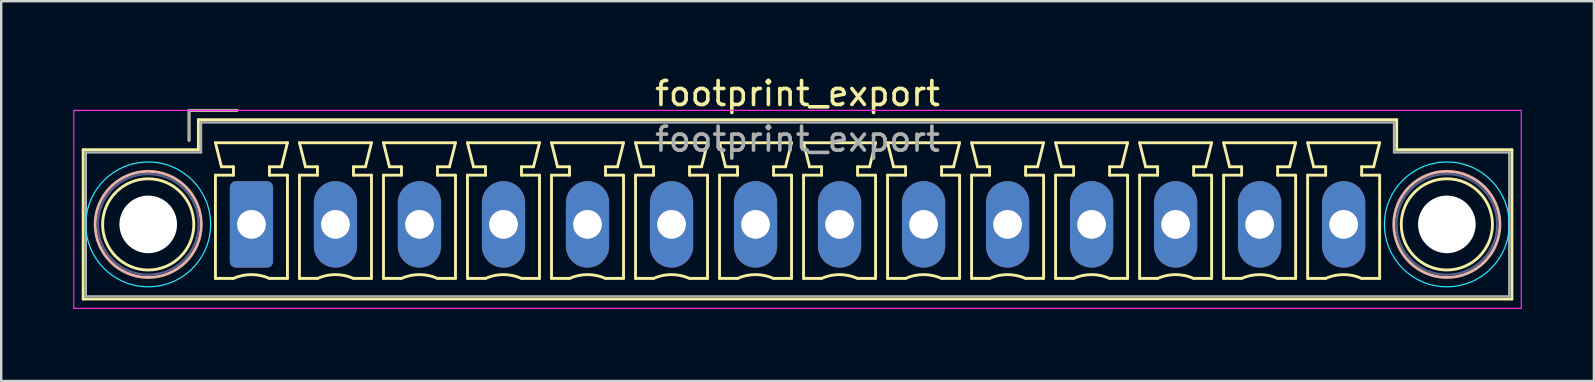
<source format=kicad_pcb>
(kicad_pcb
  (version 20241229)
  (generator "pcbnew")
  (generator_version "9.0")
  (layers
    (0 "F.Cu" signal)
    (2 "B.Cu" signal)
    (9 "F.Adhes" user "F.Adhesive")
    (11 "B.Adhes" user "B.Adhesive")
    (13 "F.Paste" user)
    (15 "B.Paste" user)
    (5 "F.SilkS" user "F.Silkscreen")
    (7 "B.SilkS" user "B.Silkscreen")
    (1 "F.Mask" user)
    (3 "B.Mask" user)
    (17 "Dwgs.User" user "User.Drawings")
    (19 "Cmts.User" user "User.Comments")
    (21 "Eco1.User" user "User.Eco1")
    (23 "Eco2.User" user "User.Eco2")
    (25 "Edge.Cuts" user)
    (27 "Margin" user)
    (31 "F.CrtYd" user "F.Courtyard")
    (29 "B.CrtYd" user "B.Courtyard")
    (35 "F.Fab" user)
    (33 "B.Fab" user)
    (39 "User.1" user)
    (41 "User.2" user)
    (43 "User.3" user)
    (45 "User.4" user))
  (footprint "footprint_export"
    (layer "F.Cu")
    (at 7.425 6.298)
    (property "Reference" "footprint_export" (at 22.75 -5.45 0) (layer "F.SilkS") (effects (font (size 1 1) (thickness 0.15))))
    (attr through_hole)
    (fp_line (start -7.01 -3.11) (end -7.01 3.11) (stroke (width 0.12) (type solid)) (layer "F.SilkS"))
    (fp_line (start -7.01 3.11) (end 52.51 3.11) (stroke (width 0.12) (type solid)) (layer "F.SilkS"))
    (fp_line (start -2.6 -4.75) (end -0.6 -4.75) (stroke (width 0.12) (type solid)) (layer "F.SilkS"))
    (fp_line (start -2.6 -3.5) (end -2.6 -4.75) (stroke (width 0.12) (type solid)) (layer "F.SilkS"))
    (fp_line (start -2.21 -4.36) (end -2.21 -3.11) (stroke (width 0.12) (type solid)) (layer "F.SilkS"))
    (fp_line (start -2.21 -3.11) (end -7.01 -3.11) (stroke (width 0.12) (type solid)) (layer "F.SilkS"))
    (fp_line (start -1.5 -3.4) (end 1.5 -3.4) (stroke (width 0.12) (type solid)) (layer "F.SilkS"))
    (fp_line (start -1.5 -2.05) (end -0.75 -2.05) (stroke (width 0.12) (type solid)) (layer "F.SilkS"))
    (fp_line (start -1.5 2.25) (end -1.5 -2.05) (stroke (width 0.12) (type solid)) (layer "F.SilkS"))
    (fp_line (start -1.25 -2.4) (end -1.5 -3.4) (stroke (width 0.12) (type solid)) (layer "F.SilkS"))
    (fp_line (start -0.75 -2.4) (end -1.25 -2.4) (stroke (width 0.12) (type solid)) (layer "F.SilkS"))
    (fp_line (start -0.75 -2.05) (end -0.75 -2.4) (stroke (width 0.12) (type solid)) (layer "F.SilkS"))
    (fp_line (start -0.75 2.25) (end -1.5 2.25) (stroke (width 0.12) (type solid)) (layer "F.SilkS"))
    (fp_line (start 0.75 -2.4) (end 0.75 -2.05) (stroke (width 0.12) (type solid)) (layer "F.SilkS"))
    (fp_line (start 0.75 -2.05) (end 1.5 -2.05) (stroke (width 0.12) (type solid)) (layer "F.SilkS"))
    (fp_line (start 1.25 -2.4) (end 0.75 -2.4) (stroke (width 0.12) (type solid)) (layer "F.SilkS"))
    (fp_line (start 1.5 -3.4) (end 1.25 -2.4) (stroke (width 0.12) (type solid)) (layer "F.SilkS"))
    (fp_line (start 1.5 -2.05) (end 1.5 2.25) (stroke (width 0.12) (type solid)) (layer "F.SilkS"))
    (fp_line (start 1.5 2.25) (end 0.75 2.25) (stroke (width 0.12) (type solid)) (layer "F.SilkS"))
    (fp_line (start 2 -3.4) (end 5 -3.4) (stroke (width 0.12) (type solid)) (layer "F.SilkS"))
    (fp_line (start 2 -2.05) (end 2.75 -2.05) (stroke (width 0.12) (type solid)) (layer "F.SilkS"))
    (fp_line (start 2 2.25) (end 2 -2.05) (stroke (width 0.12) (type solid)) (layer "F.SilkS"))
    (fp_line (start 2.25 -2.4) (end 2 -3.4) (stroke (width 0.12) (type solid)) (layer "F.SilkS"))
    (fp_line (start 2.75 -2.4) (end 2.25 -2.4) (stroke (width 0.12) (type solid)) (layer "F.SilkS"))
    (fp_line (start 2.75 -2.05) (end 2.75 -2.4) (stroke (width 0.12) (type solid)) (layer "F.SilkS"))
    (fp_line (start 2.75 2.25) (end 2 2.25) (stroke (width 0.12) (type solid)) (layer "F.SilkS"))
    (fp_line (start 4.25 -2.4) (end 4.25 -2.05) (stroke (width 0.12) (type solid)) (layer "F.SilkS"))
    (fp_line (start 4.25 -2.05) (end 5 -2.05) (stroke (width 0.12) (type solid)) (layer "F.SilkS"))
    (fp_line (start 4.75 -2.4) (end 4.25 -2.4) (stroke (width 0.12) (type solid)) (layer "F.SilkS"))
    (fp_line (start 5 -3.4) (end 4.75 -2.4) (stroke (width 0.12) (type solid)) (layer "F.SilkS"))
    (fp_line (start 5 -2.05) (end 5 2.25) (stroke (width 0.12) (type solid)) (layer "F.SilkS"))
    (fp_line (start 5 2.25) (end 4.25 2.25) (stroke (width 0.12) (type solid)) (layer "F.SilkS"))
    (fp_line (start 5.5 -3.4) (end 8.5 -3.4) (stroke (width 0.12) (type solid)) (layer "F.SilkS"))
    (fp_line (start 5.5 -2.05) (end 6.25 -2.05) (stroke (width 0.12) (type solid)) (layer "F.SilkS"))
    (fp_line (start 5.5 2.25) (end 5.5 -2.05) (stroke (width 0.12) (type solid)) (layer "F.SilkS"))
    (fp_line (start 5.75 -2.4) (end 5.5 -3.4) (stroke (width 0.12) (type solid)) (layer "F.SilkS"))
    (fp_line (start 6.25 -2.4) (end 5.75 -2.4) (stroke (width 0.12) (type solid)) (layer "F.SilkS"))
    (fp_line (start 6.25 -2.05) (end 6.25 -2.4) (stroke (width 0.12) (type solid)) (layer "F.SilkS"))
    (fp_line (start 6.25 2.25) (end 5.5 2.25) (stroke (width 0.12) (type solid)) (layer "F.SilkS"))
    (fp_line (start 7.75 -2.4) (end 7.75 -2.05) (stroke (width 0.12) (type solid)) (layer "F.SilkS"))
    (fp_line (start 7.75 -2.05) (end 8.5 -2.05) (stroke (width 0.12) (type solid)) (layer "F.SilkS"))
    (fp_line (start 8.25 -2.4) (end 7.75 -2.4) (stroke (width 0.12) (type solid)) (layer "F.SilkS"))
    (fp_line (start 8.5 -3.4) (end 8.25 -2.4) (stroke (width 0.12) (type solid)) (layer "F.SilkS"))
    (fp_line (start 8.5 -2.05) (end 8.5 2.25) (stroke (width 0.12) (type solid)) (layer "F.SilkS"))
    (fp_line (start 8.5 2.25) (end 7.75 2.25) (stroke (width 0.12) (type solid)) (layer "F.SilkS"))
    (fp_line (start 9 -3.4) (end 12 -3.4) (stroke (width 0.12) (type solid)) (layer "F.SilkS"))
    (fp_line (start 9 -2.05) (end 9.75 -2.05) (stroke (width 0.12) (type solid)) (layer "F.SilkS"))
    (fp_line (start 9 2.25) (end 9 -2.05) (stroke (width 0.12) (type solid)) (layer "F.SilkS"))
    (fp_line (start 9.25 -2.4) (end 9 -3.4) (stroke (width 0.12) (type solid)) (layer "F.SilkS"))
    (fp_line (start 9.75 -2.4) (end 9.25 -2.4) (stroke (width 0.12) (type solid)) (layer "F.SilkS"))
    (fp_line (start 9.75 -2.05) (end 9.75 -2.4) (stroke (width 0.12) (type solid)) (layer "F.SilkS"))
    (fp_line (start 9.75 2.25) (end 9 2.25) (stroke (width 0.12) (type solid)) (layer "F.SilkS"))
    (fp_line (start 11.25 -2.4) (end 11.25 -2.05) (stroke (width 0.12) (type solid)) (layer "F.SilkS"))
    (fp_line (start 11.25 -2.05) (end 12 -2.05) (stroke (width 0.12) (type solid)) (layer "F.SilkS"))
    (fp_line (start 11.75 -2.4) (end 11.25 -2.4) (stroke (width 0.12) (type solid)) (layer "F.SilkS"))
    (fp_line (start 12 -3.4) (end 11.75 -2.4) (stroke (width 0.12) (type solid)) (layer "F.SilkS"))
    (fp_line (start 12 -2.05) (end 12 2.25) (stroke (width 0.12) (type solid)) (layer "F.SilkS"))
    (fp_line (start 12 2.25) (end 11.25 2.25) (stroke (width 0.12) (type solid)) (layer "F.SilkS"))
    (fp_line (start 12.5 -3.4) (end 15.5 -3.4) (stroke (width 0.12) (type solid)) (layer "F.SilkS"))
    (fp_line (start 12.5 -2.05) (end 13.25 -2.05) (stroke (width 0.12) (type solid)) (layer "F.SilkS"))
    (fp_line (start 12.5 2.25) (end 12.5 -2.05) (stroke (width 0.12) (type solid)) (layer "F.SilkS"))
    (fp_line (start 12.75 -2.4) (end 12.5 -3.4) (stroke (width 0.12) (type solid)) (layer "F.SilkS"))
    (fp_line (start 13.25 -2.4) (end 12.75 -2.4) (stroke (width 0.12) (type solid)) (layer "F.SilkS"))
    (fp_line (start 13.25 -2.05) (end 13.25 -2.4) (stroke (width 0.12) (type solid)) (layer "F.SilkS"))
    (fp_line (start 13.25 2.25) (end 12.5 2.25) (stroke (width 0.12) (type solid)) (layer "F.SilkS"))
    (fp_line (start 14.75 -2.4) (end 14.75 -2.05) (stroke (width 0.12) (type solid)) (layer "F.SilkS"))
    (fp_line (start 14.75 -2.05) (end 15.5 -2.05) (stroke (width 0.12) (type solid)) (layer "F.SilkS"))
    (fp_line (start 15.25 -2.4) (end 14.75 -2.4) (stroke (width 0.12) (type solid)) (layer "F.SilkS"))
    (fp_line (start 15.5 -3.4) (end 15.25 -2.4) (stroke (width 0.12) (type solid)) (layer "F.SilkS"))
    (fp_line (start 15.5 -2.05) (end 15.5 2.25) (stroke (width 0.12) (type solid)) (layer "F.SilkS"))
    (fp_line (start 15.5 2.25) (end 14.75 2.25) (stroke (width 0.12) (type solid)) (layer "F.SilkS"))
    (fp_line (start 16 -3.4) (end 19 -3.4) (stroke (width 0.12) (type solid)) (layer "F.SilkS"))
    (fp_line (start 16 -2.05) (end 16.75 -2.05) (stroke (width 0.12) (type solid)) (layer "F.SilkS"))
    (fp_line (start 16 2.25) (end 16 -2.05) (stroke (width 0.12) (type solid)) (layer "F.SilkS"))
    (fp_line (start 16.25 -2.4) (end 16 -3.4) (stroke (width 0.12) (type solid)) (layer "F.SilkS"))
    (fp_line (start 16.75 -2.4) (end 16.25 -2.4) (stroke (width 0.12) (type solid)) (layer "F.SilkS"))
    (fp_line (start 16.75 -2.05) (end 16.75 -2.4) (stroke (width 0.12) (type solid)) (layer "F.SilkS"))
    (fp_line (start 16.75 2.25) (end 16 2.25) (stroke (width 0.12) (type solid)) (layer "F.SilkS"))
    (fp_line (start 18.25 -2.4) (end 18.25 -2.05) (stroke (width 0.12) (type solid)) (layer "F.SilkS"))
    (fp_line (start 18.25 -2.05) (end 19 -2.05) (stroke (width 0.12) (type solid)) (layer "F.SilkS"))
    (fp_line (start 18.75 -2.4) (end 18.25 -2.4) (stroke (width 0.12) (type solid)) (layer "F.SilkS"))
    (fp_line (start 19 -3.4) (end 18.75 -2.4) (stroke (width 0.12) (type solid)) (layer "F.SilkS"))
    (fp_line (start 19 -2.05) (end 19 2.25) (stroke (width 0.12) (type solid)) (layer "F.SilkS"))
    (fp_line (start 19 2.25) (end 18.25 2.25) (stroke (width 0.12) (type solid)) (layer "F.SilkS"))
    (fp_line (start 19.5 -3.4) (end 22.5 -3.4) (stroke (width 0.12) (type solid)) (layer "F.SilkS"))
    (fp_line (start 19.5 -2.05) (end 20.25 -2.05) (stroke (width 0.12) (type solid)) (layer "F.SilkS"))
    (fp_line (start 19.5 2.25) (end 19.5 -2.05) (stroke (width 0.12) (type solid)) (layer "F.SilkS"))
    (fp_line (start 19.75 -2.4) (end 19.5 -3.4) (stroke (width 0.12) (type solid)) (layer "F.SilkS"))
    (fp_line (start 20.25 -2.4) (end 19.75 -2.4) (stroke (width 0.12) (type solid)) (layer "F.SilkS"))
    (fp_line (start 20.25 -2.05) (end 20.25 -2.4) (stroke (width 0.12) (type solid)) (layer "F.SilkS"))
    (fp_line (start 20.25 2.25) (end 19.5 2.25) (stroke (width 0.12) (type solid)) (layer "F.SilkS"))
    (fp_line (start 21.75 -2.4) (end 21.75 -2.05) (stroke (width 0.12) (type solid)) (layer "F.SilkS"))
    (fp_line (start 21.75 -2.05) (end 22.5 -2.05) (stroke (width 0.12) (type solid)) (layer "F.SilkS"))
    (fp_line (start 22.25 -2.4) (end 21.75 -2.4) (stroke (width 0.12) (type solid)) (layer "F.SilkS"))
    (fp_line (start 22.5 -3.4) (end 22.25 -2.4) (stroke (width 0.12) (type solid)) (layer "F.SilkS"))
    (fp_line (start 22.5 -2.05) (end 22.5 2.25) (stroke (width 0.12) (type solid)) (layer "F.SilkS"))
    (fp_line (start 22.5 2.25) (end 21.75 2.25) (stroke (width 0.12) (type solid)) (layer "F.SilkS"))
    (fp_line (start 23 -3.4) (end 26 -3.4) (stroke (width 0.12) (type solid)) (layer "F.SilkS"))
    (fp_line (start 23 -2.05) (end 23.75 -2.05) (stroke (width 0.12) (type solid)) (layer "F.SilkS"))
    (fp_line (start 23 2.25) (end 23 -2.05) (stroke (width 0.12) (type solid)) (layer "F.SilkS"))
    (fp_line (start 23.25 -2.4) (end 23 -3.4) (stroke (width 0.12) (type solid)) (layer "F.SilkS"))
    (fp_line (start 23.75 -2.4) (end 23.25 -2.4) (stroke (width 0.12) (type solid)) (layer "F.SilkS"))
    (fp_line (start 23.75 -2.05) (end 23.75 -2.4) (stroke (width 0.12) (type solid)) (layer "F.SilkS"))
    (fp_line (start 23.75 2.25) (end 23 2.25) (stroke (width 0.12) (type solid)) (layer "F.SilkS"))
    (fp_line (start 25.25 -2.4) (end 25.25 -2.05) (stroke (width 0.12) (type solid)) (layer "F.SilkS"))
    (fp_line (start 25.25 -2.05) (end 26 -2.05) (stroke (width 0.12) (type solid)) (layer "F.SilkS"))
    (fp_line (start 25.75 -2.4) (end 25.25 -2.4) (stroke (width 0.12) (type solid)) (layer "F.SilkS"))
    (fp_line (start 26 -3.4) (end 25.75 -2.4) (stroke (width 0.12) (type solid)) (layer "F.SilkS"))
    (fp_line (start 26 -2.05) (end 26 2.25) (stroke (width 0.12) (type solid)) (layer "F.SilkS"))
    (fp_line (start 26 2.25) (end 25.25 2.25) (stroke (width 0.12) (type solid)) (layer "F.SilkS"))
    (fp_line (start 26.5 -3.4) (end 29.5 -3.4) (stroke (width 0.12) (type solid)) (layer "F.SilkS"))
    (fp_line (start 26.5 -2.05) (end 27.25 -2.05) (stroke (width 0.12) (type solid)) (layer "F.SilkS"))
    (fp_line (start 26.5 2.25) (end 26.5 -2.05) (stroke (width 0.12) (type solid)) (layer "F.SilkS"))
    (fp_line (start 26.75 -2.4) (end 26.5 -3.4) (stroke (width 0.12) (type solid)) (layer "F.SilkS"))
    (fp_line (start 27.25 -2.4) (end 26.75 -2.4) (stroke (width 0.12) (type solid)) (layer "F.SilkS"))
    (fp_line (start 27.25 -2.05) (end 27.25 -2.4) (stroke (width 0.12) (type solid)) (layer "F.SilkS"))
    (fp_line (start 27.25 2.25) (end 26.5 2.25) (stroke (width 0.12) (type solid)) (layer "F.SilkS"))
    (fp_line (start 28.75 -2.4) (end 28.75 -2.05) (stroke (width 0.12) (type solid)) (layer "F.SilkS"))
    (fp_line (start 28.75 -2.05) (end 29.5 -2.05) (stroke (width 0.12) (type solid)) (layer "F.SilkS"))
    (fp_line (start 29.25 -2.4) (end 28.75 -2.4) (stroke (width 0.12) (type solid)) (layer "F.SilkS"))
    (fp_line (start 29.5 -3.4) (end 29.25 -2.4) (stroke (width 0.12) (type solid)) (layer "F.SilkS"))
    (fp_line (start 29.5 -2.05) (end 29.5 2.25) (stroke (width 0.12) (type solid)) (layer "F.SilkS"))
    (fp_line (start 29.5 2.25) (end 28.75 2.25) (stroke (width 0.12) (type solid)) (layer "F.SilkS"))
    (fp_line (start 30 -3.4) (end 33 -3.4) (stroke (width 0.12) (type solid)) (layer "F.SilkS"))
    (fp_line (start 30 -2.05) (end 30.75 -2.05) (stroke (width 0.12) (type solid)) (layer "F.SilkS"))
    (fp_line (start 30 2.25) (end 30 -2.05) (stroke (width 0.12) (type solid)) (layer "F.SilkS"))
    (fp_line (start 30.25 -2.4) (end 30 -3.4) (stroke (width 0.12) (type solid)) (layer "F.SilkS"))
    (fp_line (start 30.75 -2.4) (end 30.25 -2.4) (stroke (width 0.12) (type solid)) (layer "F.SilkS"))
    (fp_line (start 30.75 -2.05) (end 30.75 -2.4) (stroke (width 0.12) (type solid)) (layer "F.SilkS"))
    (fp_line (start 30.75 2.25) (end 30 2.25) (stroke (width 0.12) (type solid)) (layer "F.SilkS"))
    (fp_line (start 32.25 -2.4) (end 32.25 -2.05) (stroke (width 0.12) (type solid)) (layer "F.SilkS"))
    (fp_line (start 32.25 -2.05) (end 33 -2.05) (stroke (width 0.12) (type solid)) (layer "F.SilkS"))
    (fp_line (start 32.75 -2.4) (end 32.25 -2.4) (stroke (width 0.12) (type solid)) (layer "F.SilkS"))
    (fp_line (start 33 -3.4) (end 32.75 -2.4) (stroke (width 0.12) (type solid)) (layer "F.SilkS"))
    (fp_line (start 33 -2.05) (end 33 2.25) (stroke (width 0.12) (type solid)) (layer "F.SilkS"))
    (fp_line (start 33 2.25) (end 32.25 2.25) (stroke (width 0.12) (type solid)) (layer "F.SilkS"))
    (fp_line (start 33.5 -3.4) (end 36.5 -3.4) (stroke (width 0.12) (type solid)) (layer "F.SilkS"))
    (fp_line (start 33.5 -2.05) (end 34.25 -2.05) (stroke (width 0.12) (type solid)) (layer "F.SilkS"))
    (fp_line (start 33.5 2.25) (end 33.5 -2.05) (stroke (width 0.12) (type solid)) (layer "F.SilkS"))
    (fp_line (start 33.75 -2.4) (end 33.5 -3.4) (stroke (width 0.12) (type solid)) (layer "F.SilkS"))
    (fp_line (start 34.25 -2.4) (end 33.75 -2.4) (stroke (width 0.12) (type solid)) (layer "F.SilkS"))
    (fp_line (start 34.25 -2.05) (end 34.25 -2.4) (stroke (width 0.12) (type solid)) (layer "F.SilkS"))
    (fp_line (start 34.25 2.25) (end 33.5 2.25) (stroke (width 0.12) (type solid)) (layer "F.SilkS"))
    (fp_line (start 35.75 -2.4) (end 35.75 -2.05) (stroke (width 0.12) (type solid)) (layer "F.SilkS"))
    (fp_line (start 35.75 -2.05) (end 36.5 -2.05) (stroke (width 0.12) (type solid)) (layer "F.SilkS"))
    (fp_line (start 36.25 -2.4) (end 35.75 -2.4) (stroke (width 0.12) (type solid)) (layer "F.SilkS"))
    (fp_line (start 36.5 -3.4) (end 36.25 -2.4) (stroke (width 0.12) (type solid)) (layer "F.SilkS"))
    (fp_line (start 36.5 -2.05) (end 36.5 2.25) (stroke (width 0.12) (type solid)) (layer "F.SilkS"))
    (fp_line (start 36.5 2.25) (end 35.75 2.25) (stroke (width 0.12) (type solid)) (layer "F.SilkS"))
    (fp_line (start 37 -3.4) (end 40 -3.4) (stroke (width 0.12) (type solid)) (layer "F.SilkS"))
    (fp_line (start 37 -2.05) (end 37.75 -2.05) (stroke (width 0.12) (type solid)) (layer "F.SilkS"))
    (fp_line (start 37 2.25) (end 37 -2.05) (stroke (width 0.12) (type solid)) (layer "F.SilkS"))
    (fp_line (start 37.25 -2.4) (end 37 -3.4) (stroke (width 0.12) (type solid)) (layer "F.SilkS"))
    (fp_line (start 37.75 -2.4) (end 37.25 -2.4) (stroke (width 0.12) (type solid)) (layer "F.SilkS"))
    (fp_line (start 37.75 -2.05) (end 37.75 -2.4) (stroke (width 0.12) (type solid)) (layer "F.SilkS"))
    (fp_line (start 37.75 2.25) (end 37 2.25) (stroke (width 0.12) (type solid)) (layer "F.SilkS"))
    (fp_line (start 39.25 -2.4) (end 39.25 -2.05) (stroke (width 0.12) (type solid)) (layer "F.SilkS"))
    (fp_line (start 39.25 -2.05) (end 40 -2.05) (stroke (width 0.12) (type solid)) (layer "F.SilkS"))
    (fp_line (start 39.75 -2.4) (end 39.25 -2.4) (stroke (width 0.12) (type solid)) (layer "F.SilkS"))
    (fp_line (start 40 -3.4) (end 39.75 -2.4) (stroke (width 0.12) (type solid)) (layer "F.SilkS"))
    (fp_line (start 40 -2.05) (end 40 2.25) (stroke (width 0.12) (type solid)) (layer "F.SilkS"))
    (fp_line (start 40 2.25) (end 39.25 2.25) (stroke (width 0.12) (type solid)) (layer "F.SilkS"))
    (fp_line (start 40.5 -3.4) (end 43.5 -3.4) (stroke (width 0.12) (type solid)) (layer "F.SilkS"))
    (fp_line (start 40.5 -2.05) (end 41.25 -2.05) (stroke (width 0.12) (type solid)) (layer "F.SilkS"))
    (fp_line (start 40.5 2.25) (end 40.5 -2.05) (stroke (width 0.12) (type solid)) (layer "F.SilkS"))
    (fp_line (start 40.75 -2.4) (end 40.5 -3.4) (stroke (width 0.12) (type solid)) (layer "F.SilkS"))
    (fp_line (start 41.25 -2.4) (end 40.75 -2.4) (stroke (width 0.12) (type solid)) (layer "F.SilkS"))
    (fp_line (start 41.25 -2.05) (end 41.25 -2.4) (stroke (width 0.12) (type solid)) (layer "F.SilkS"))
    (fp_line (start 41.25 2.25) (end 40.5 2.25) (stroke (width 0.12) (type solid)) (layer "F.SilkS"))
    (fp_line (start 42.75 -2.4) (end 42.75 -2.05) (stroke (width 0.12) (type solid)) (layer "F.SilkS"))
    (fp_line (start 42.75 -2.05) (end 43.5 -2.05) (stroke (width 0.12) (type solid)) (layer "F.SilkS"))
    (fp_line (start 43.25 -2.4) (end 42.75 -2.4) (stroke (width 0.12) (type solid)) (layer "F.SilkS"))
    (fp_line (start 43.5 -3.4) (end 43.25 -2.4) (stroke (width 0.12) (type solid)) (layer "F.SilkS"))
    (fp_line (start 43.5 -2.05) (end 43.5 2.25) (stroke (width 0.12) (type solid)) (layer "F.SilkS"))
    (fp_line (start 43.5 2.25) (end 42.75 2.25) (stroke (width 0.12) (type solid)) (layer "F.SilkS"))
    (fp_line (start 44 -3.4) (end 47 -3.4) (stroke (width 0.12) (type solid)) (layer "F.SilkS"))
    (fp_line (start 44 -2.05) (end 44.75 -2.05) (stroke (width 0.12) (type solid)) (layer "F.SilkS"))
    (fp_line (start 44 2.25) (end 44 -2.05) (stroke (width 0.12) (type solid)) (layer "F.SilkS"))
    (fp_line (start 44.25 -2.4) (end 44 -3.4) (stroke (width 0.12) (type solid)) (layer "F.SilkS"))
    (fp_line (start 44.75 -2.4) (end 44.25 -2.4) (stroke (width 0.12) (type solid)) (layer "F.SilkS"))
    (fp_line (start 44.75 -2.05) (end 44.75 -2.4) (stroke (width 0.12) (type solid)) (layer "F.SilkS"))
    (fp_line (start 44.75 2.25) (end 44 2.25) (stroke (width 0.12) (type solid)) (layer "F.SilkS"))
    (fp_line (start 46.25 -2.4) (end 46.25 -2.05) (stroke (width 0.12) (type solid)) (layer "F.SilkS"))
    (fp_line (start 46.25 -2.05) (end 47 -2.05) (stroke (width 0.12) (type solid)) (layer "F.SilkS"))
    (fp_line (start 46.75 -2.4) (end 46.25 -2.4) (stroke (width 0.12) (type solid)) (layer "F.SilkS"))
    (fp_line (start 47 -3.4) (end 46.75 -2.4) (stroke (width 0.12) (type solid)) (layer "F.SilkS"))
    (fp_line (start 47 -2.05) (end 47 2.25) (stroke (width 0.12) (type solid)) (layer "F.SilkS"))
    (fp_line (start 47 2.25) (end 46.25 2.25) (stroke (width 0.12) (type solid)) (layer "F.SilkS"))
    (fp_line (start 47.71 -4.36) (end -2.21 -4.36) (stroke (width 0.12) (type solid)) (layer "F.SilkS"))
    (fp_line (start 47.71 -3.11) (end 47.71 -4.36) (stroke (width 0.12) (type solid)) (layer "F.SilkS"))
    (fp_line (start 52.51 -3.11) (end 47.71 -3.11) (stroke (width 0.12) (type solid)) (layer "F.SilkS"))
    (fp_line (start 52.51 3.11) (end 52.51 -3.11) (stroke (width 0.12) (type solid)) (layer "F.SilkS"))
    (fp_arc (start -0.75 2.25) (mid -0.000193 2.09191) (end 0.749647 2.249844) (stroke (width 0.12) (type solid)) (layer "F.SilkS"))
    (fp_arc (start 2.75 2.25) (mid 3.499807 2.09191) (end 4.249647 2.249844) (stroke (width 0.12) (type solid)) (layer "F.SilkS"))
    (fp_arc (start 6.25 2.25) (mid 6.999807 2.09191) (end 7.749647 2.249844) (stroke (width 0.12) (type solid)) (layer "F.SilkS"))
    (fp_arc (start 9.75 2.25) (mid 10.499807 2.09191) (end 11.249647 2.249844) (stroke (width 0.12) (type solid)) (layer "F.SilkS"))
    (fp_arc (start 13.25 2.25) (mid 13.999807 2.09191) (end 14.749647 2.249844) (stroke (width 0.12) (type solid)) (layer "F.SilkS"))
    (fp_arc (start 16.75 2.25) (mid 17.499807 2.09191) (end 18.249647 2.249844) (stroke (width 0.12) (type solid)) (layer "F.SilkS"))
    (fp_arc (start 20.25 2.25) (mid 20.999807 2.09191) (end 21.749647 2.249844) (stroke (width 0.12) (type solid)) (layer "F.SilkS"))
    (fp_arc (start 23.75 2.25) (mid 24.499807 2.09191) (end 25.249647 2.249844) (stroke (width 0.12) (type solid)) (layer "F.SilkS"))
    (fp_arc (start 27.25 2.25) (mid 27.999807 2.09191) (end 28.749647 2.249844) (stroke (width 0.12) (type solid)) (layer "F.SilkS"))
    (fp_arc (start 30.75 2.25) (mid 31.499807 2.09191) (end 32.249647 2.249844) (stroke (width 0.12) (type solid)) (layer "F.SilkS"))
    (fp_arc (start 34.25 2.25) (mid 34.999807 2.09191) (end 35.749647 2.249844) (stroke (width 0.12) (type solid)) (layer "F.SilkS"))
    (fp_arc (start 37.75 2.25) (mid 38.499807 2.09191) (end 39.249647 2.249844) (stroke (width 0.12) (type solid)) (layer "F.SilkS"))
    (fp_arc (start 41.25 2.25) (mid 41.999807 2.09191) (end 42.749647 2.249844) (stroke (width 0.12) (type solid)) (layer "F.SilkS"))
    (fp_arc (start 44.75 2.25) (mid 45.499807 2.09191) (end 46.249647 2.249844) (stroke (width 0.12) (type solid)) (layer "F.SilkS"))
    (fp_circle (center -4.3 0) (end -2.4 0) (stroke (width 0.12) (type solid)) (fill no) (layer "F.SilkS"))
    (fp_circle (center 49.8 0) (end 51.7 0) (stroke (width 0.12) (type solid)) (fill no) (layer "F.SilkS"))
    (fp_circle (center -4.3 0) (end -2.09 0) (stroke (width 0.12) (type solid)) (fill no) (layer "B.SilkS"))
    (fp_circle (center 49.8 0) (end 52.01 0) (stroke (width 0.12) (type solid)) (fill no) (layer "B.SilkS"))
    (fp_circle (center -4.3 0) (end -1.7 0) (stroke (width 0.05) (type solid)) (fill no) (layer "B.CrtYd"))
    (fp_circle (center 49.8 0) (end 52.4 0) (stroke (width 0.05) (type solid)) (fill no) (layer "B.CrtYd"))
    (fp_line (start -7.4 -4.75) (end -7.4 3.5) (stroke (width 0.05) (type solid)) (layer "F.CrtYd"))
    (fp_line (start -7.4 3.5) (end 52.9 3.5) (stroke (width 0.05) (type solid)) (layer "F.CrtYd"))
    (fp_line (start 52.9 -4.75) (end -7.4 -4.75) (stroke (width 0.05) (type solid)) (layer "F.CrtYd"))
    (fp_line (start 52.9 3.5) (end 52.9 -4.75) (stroke (width 0.05) (type solid)) (layer "F.CrtYd"))
    (fp_circle (center -4.3 0) (end -2.2 0) (stroke (width 0.1) (type solid)) (fill no) (layer "B.Fab"))
    (fp_circle (center 49.8 0) (end 51.9 0) (stroke (width 0.1) (type solid)) (fill no) (layer "B.Fab"))
    (fp_line (start -6.9 -3) (end -6.9 3) (stroke (width 0.1) (type solid)) (layer "F.Fab"))
    (fp_line (start -6.9 3) (end 52.4 3) (stroke (width 0.1) (type solid)) (layer "F.Fab"))
    (fp_line (start -2.6 -4.75) (end -0.6 -4.75) (stroke (width 0.1) (type solid)) (layer "F.Fab"))
    (fp_line (start -2.6 -3.5) (end -2.6 -4.75) (stroke (width 0.1) (type solid)) (layer "F.Fab"))
    (fp_line (start -2.1 -4.25) (end -2.1 -3) (stroke (width 0.1) (type solid)) (layer "F.Fab"))
    (fp_line (start -2.1 -3) (end -6.9 -3) (stroke (width 0.1) (type solid)) (layer "F.Fab"))
    (fp_line (start 47.6 -4.25) (end -2.1 -4.25) (stroke (width 0.1) (type solid)) (layer "F.Fab"))
    (fp_line (start 47.6 -3) (end 47.6 -4.25) (stroke (width 0.1) (type solid)) (layer "F.Fab"))
    (fp_line (start 52.4 -3) (end 47.6 -3) (stroke (width 0.1) (type solid)) (layer "F.Fab"))
    (fp_line (start 52.4 3) (end 52.4 -3) (stroke (width 0.1) (type solid)) (layer "F.Fab"))
    (fp_text user "${REFERENCE}" (at 22.75 -3.55 0) (layer "F.Fab") (effects (font (size 1 1) (thickness 0.15))))
    (pad "" np_thru_hole circle (at -4.3 0) (size 2.4 2.4) (drill 2.4) (layers "*.Cu" "*.Mask"))
    (pad "" np_thru_hole circle (at 49.8 0) (size 2.4 2.4) (drill 2.4) (layers "*.Cu" "*.Mask"))
    (pad "1" thru_hole roundrect (at 0 0) (size 1.8 3.6) (drill 1.2) (layers "*.Cu" "*.Mask") (roundrect_rratio 0.139))
    (pad "2" thru_hole oval (at 3.5 0) (size 1.8 3.6) (drill 1.2) (layers "*.Cu" "*.Mask"))
    (pad "3" thru_hole oval (at 7 0) (size 1.8 3.6) (drill 1.2) (layers "*.Cu" "*.Mask"))
    (pad "4" thru_hole oval (at 10.5 0) (size 1.8 3.6) (drill 1.2) (layers "*.Cu" "*.Mask"))
    (pad "5" thru_hole oval (at 14 0) (size 1.8 3.6) (drill 1.2) (layers "*.Cu" "*.Mask"))
    (pad "6" thru_hole oval (at 17.5 0) (size 1.8 3.6) (drill 1.2) (layers "*.Cu" "*.Mask"))
    (pad "7" thru_hole oval (at 21 0) (size 1.8 3.6) (drill 1.2) (layers "*.Cu" "*.Mask"))
    (pad "8" thru_hole oval (at 24.5 0) (size 1.8 3.6) (drill 1.2) (layers "*.Cu" "*.Mask"))
    (pad "9" thru_hole oval (at 28 0) (size 1.8 3.6) (drill 1.2) (layers "*.Cu" "*.Mask"))
    (pad "10" thru_hole oval (at 31.5 0) (size 1.8 3.6) (drill 1.2) (layers "*.Cu" "*.Mask"))
    (pad "11" thru_hole oval (at 35 0) (size 1.8 3.6) (drill 1.2) (layers "*.Cu" "*.Mask"))
    (pad "12" thru_hole oval (at 38.5 0) (size 1.8 3.6) (drill 1.2) (layers "*.Cu" "*.Mask"))
    (pad "13" thru_hole oval (at 42 0) (size 1.8 3.6) (drill 1.2) (layers "*.Cu" "*.Mask"))
    (pad "14" thru_hole oval (at 45.5 0) (size 1.8 3.6) (drill 1.2) (layers "*.Cu" "*.Mask")))
  (gr_rect
    (start -3 -3)
    (end 63.35 12.823)
    (stroke (width 0.1) (type default))
    (fill no)
    (layer "Edge.Cuts")))
</source>
